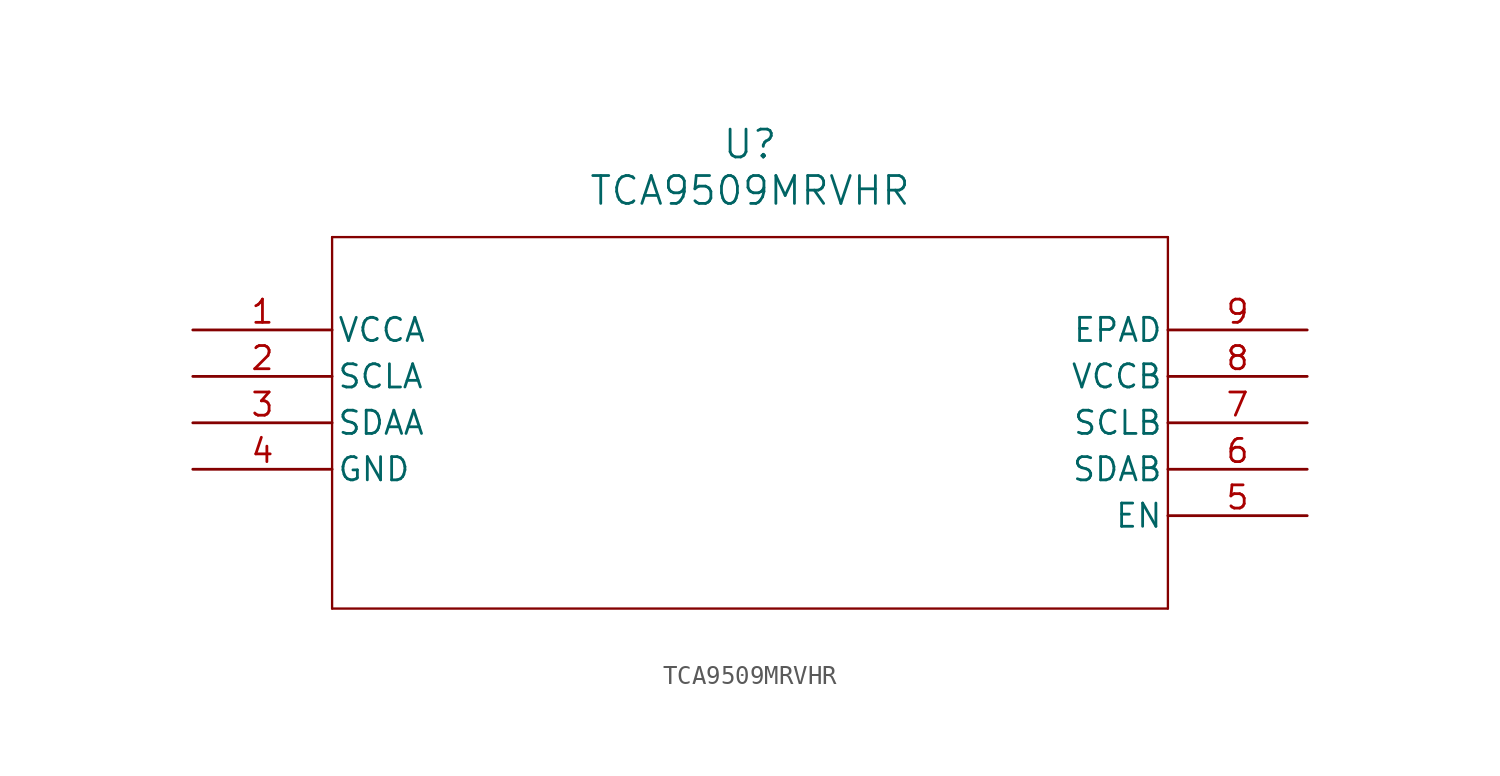
<source format=kicad_sym>
(kicad_symbol_lib
  (version 20211014)
  (generator kicad_symbol_editor)
  (symbol "TCA9509MRVHR"
    (pin_names
      (offset 0.254))
    (property "Reference" "U"
      (at 30.48 10.16 0)
      (effects (font (size 1.524 1.524))))
    (property "Value" "TCA9509MRVHR"
      (at 30.48 7.62 0)
      (effects (font (size 1.524 1.524))))
    (symbol "TCA9509MRVHR_0_1"
      (polyline (pts (xy 7.62 5.08) (xy 7.62 -15.24)) (stroke (width 0.127) (type default) (color 0 0 0 0)) (fill (type none)))
      (polyline (pts (xy 7.62 -15.24) (xy 53.34 -15.24)) (stroke (width 0.127) (type default) (color 0 0 0 0)) (fill (type none)))
      (polyline (pts (xy 53.34 -15.24) (xy 53.34 5.08)) (stroke (width 0.127) (type default) (color 0 0 0 0)) (fill (type none)))
      (polyline (pts (xy 53.34 5.08) (xy 7.62 5.08)) (stroke (width 0.127) (type default) (color 0 0 0 0)) (fill (type none)))
      (pin power_in line (at 0 0 0) (length 7.62) (name "VCCA" (effects (font (size 1.27 1.27)))) (number "1" (effects (font (size 1.27 1.27)))))
      (pin bidirectional line (at 0 -2.54 0) (length 7.62) (name "SCLA" (effects (font (size 1.27 1.27)))) (number "2" (effects (font (size 1.27 1.27)))))
      (pin bidirectional line (at 0 -5.08 0) (length 7.62) (name "SDAA" (effects (font (size 1.27 1.27)))) (number "3" (effects (font (size 1.27 1.27)))))
      (pin power_in line (at 0 -7.62 0) (length 7.62) (name "GND" (effects (font (size 1.27 1.27)))) (number "4" (effects (font (size 1.27 1.27)))))
      (pin input line (at 60.96 -10.16 180) (length 7.62) (name "EN" (effects (font (size 1.27 1.27)))) (number "5" (effects (font (size 1.27 1.27)))))
      (pin bidirectional line (at 60.96 -7.62 180) (length 7.62) (name "SDAB" (effects (font (size 1.27 1.27)))) (number "6" (effects (font (size 1.27 1.27)))))
      (pin bidirectional line (at 60.96 -5.08 180) (length 7.62) (name "SCLB" (effects (font (size 1.27 1.27)))) (number "7" (effects (font (size 1.27 1.27)))))
      (pin power_in line (at 60.96 -2.54 180) (length 7.62) (name "VCCB" (effects (font (size 1.27 1.27)))) (number "8" (effects (font (size 1.27 1.27)))))
      (pin unspecified line (at 60.96 0 180) (length 7.62) (name "EPAD" (effects (font (size 1.27 1.27)))) (number "9" (effects (font (size 1.27 1.27))))))))
</source>
